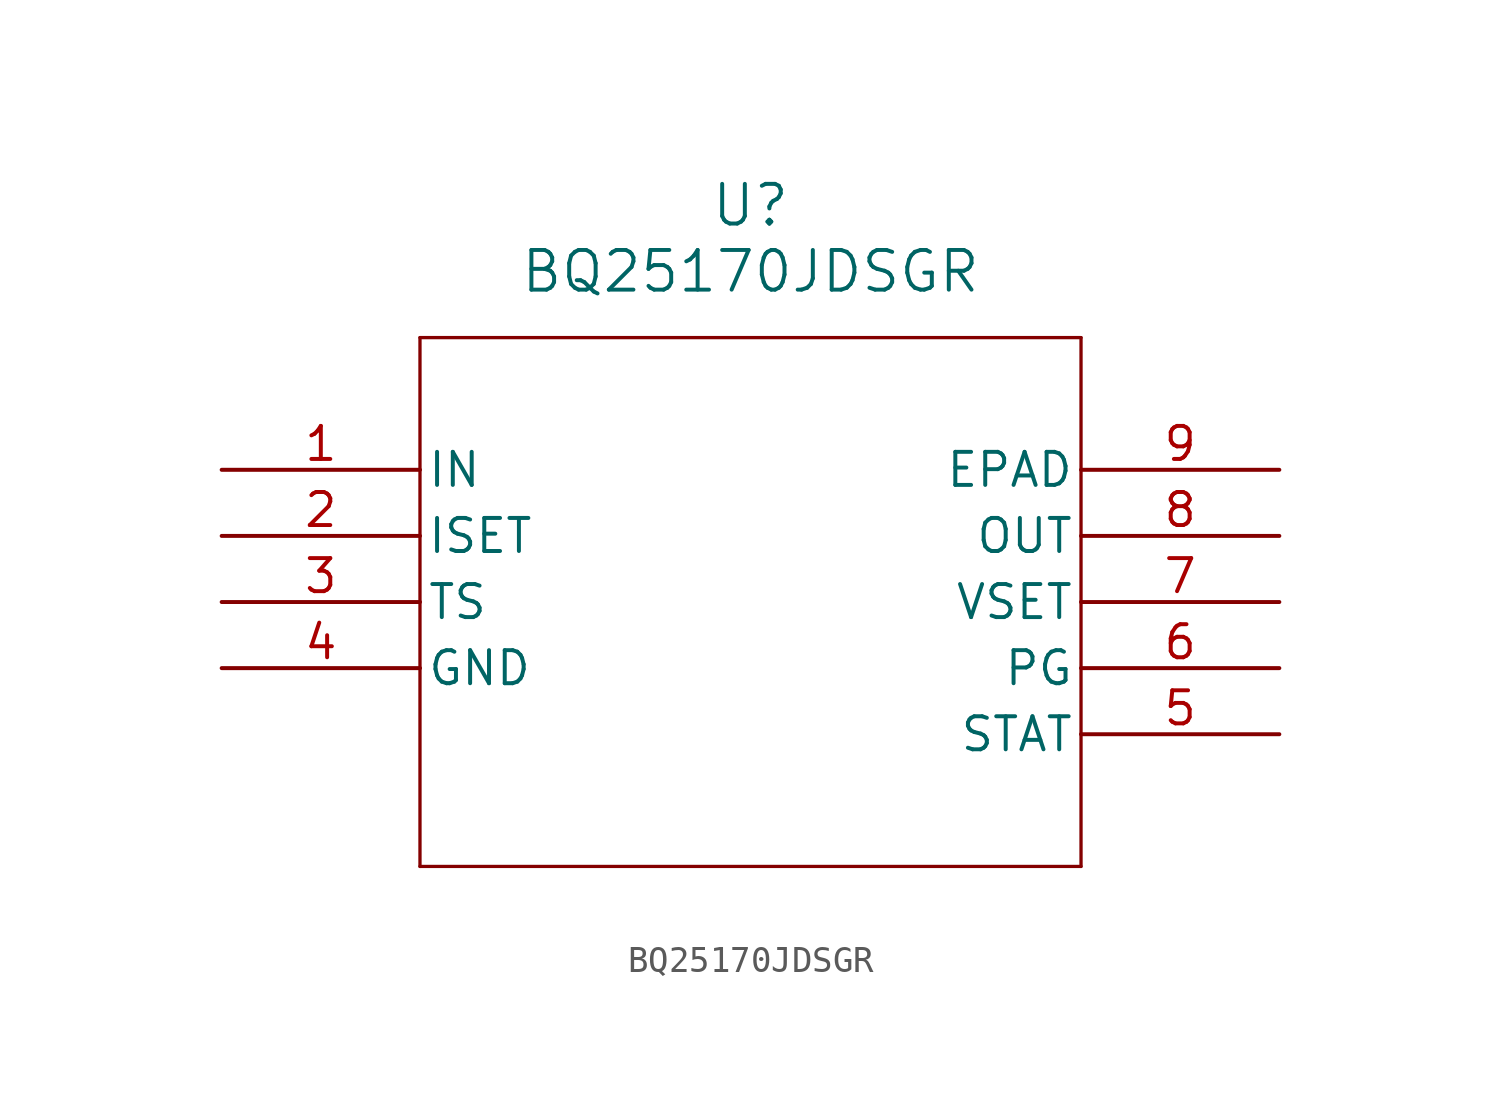
<source format=kicad_sym>
(kicad_symbol_lib
  (version 20220914)
  (generator kicad_symbol_editor)
  (symbol "BQ25170JDSGR"
    (pin_names
      (offset 0.254))
    (property "Reference" "U"
      (at 20.32 10.16 0)
      (effects (font (size 1.524 1.524))))
    (property "Value" "BQ25170JDSGR"
      (at 20.32 7.62 0)
      (effects (font (size 1.524 1.524))))
    (symbol "BQ25170JDSGR_0_1"
      (polyline (pts (xy 7.62 -15.24) (xy 33.02 -15.24)) (stroke (width 0.127) (type default)) (fill (type none)))
      (polyline (pts (xy 7.62 5.08) (xy 7.62 -15.24)) (stroke (width 0.127) (type default)) (fill (type none)))
      (polyline (pts (xy 33.02 -15.24) (xy 33.02 5.08)) (stroke (width 0.127) (type default)) (fill (type none)))
      (polyline (pts (xy 33.02 5.08) (xy 7.62 5.08)) (stroke (width 0.127) (type default)) (fill (type none)))
      (pin power_in line (at 0 0 0) (length 7.62) (name "IN" (effects (font (size 1.27 1.27)))) (number "1" (effects (font (size 1.27 1.27)))))
      (pin input line (at 0 -2.54 0) (length 7.62) (name "ISET" (effects (font (size 1.27 1.27)))) (number "2" (effects (font (size 1.27 1.27)))))
      (pin input line (at 0 -5.08 0) (length 7.62) (name "TS" (effects (font (size 1.27 1.27)))) (number "3" (effects (font (size 1.27 1.27)))))
      (pin power_out line (at 0 -7.62 0) (length 7.62) (name "GND" (effects (font (size 1.27 1.27)))) (number "4" (effects (font (size 1.27 1.27)))))
      (pin output line (at 40.64 -10.16 180) (length 7.62) (name "STAT" (effects (font (size 1.27 1.27)))) (number "5" (effects (font (size 1.27 1.27)))))
      (pin output line (at 40.64 -7.62 180) (length 7.62) (name "PG" (effects (font (size 1.27 1.27)))) (number "6" (effects (font (size 1.27 1.27)))))
      (pin input line (at 40.64 -5.08 180) (length 7.62) (name "VSET" (effects (font (size 1.27 1.27)))) (number "7" (effects (font (size 1.27 1.27)))))
      (pin output line (at 40.64 -2.54 180) (length 7.62) (name "OUT" (effects (font (size 1.27 1.27)))) (number "8" (effects (font (size 1.27 1.27)))))
      (pin power_out line (at 40.64 0 180) (length 7.62) (name "EPAD" (effects (font (size 1.27 1.27)))) (number "9" (effects (font (size 1.27 1.27))))))))
</source>
